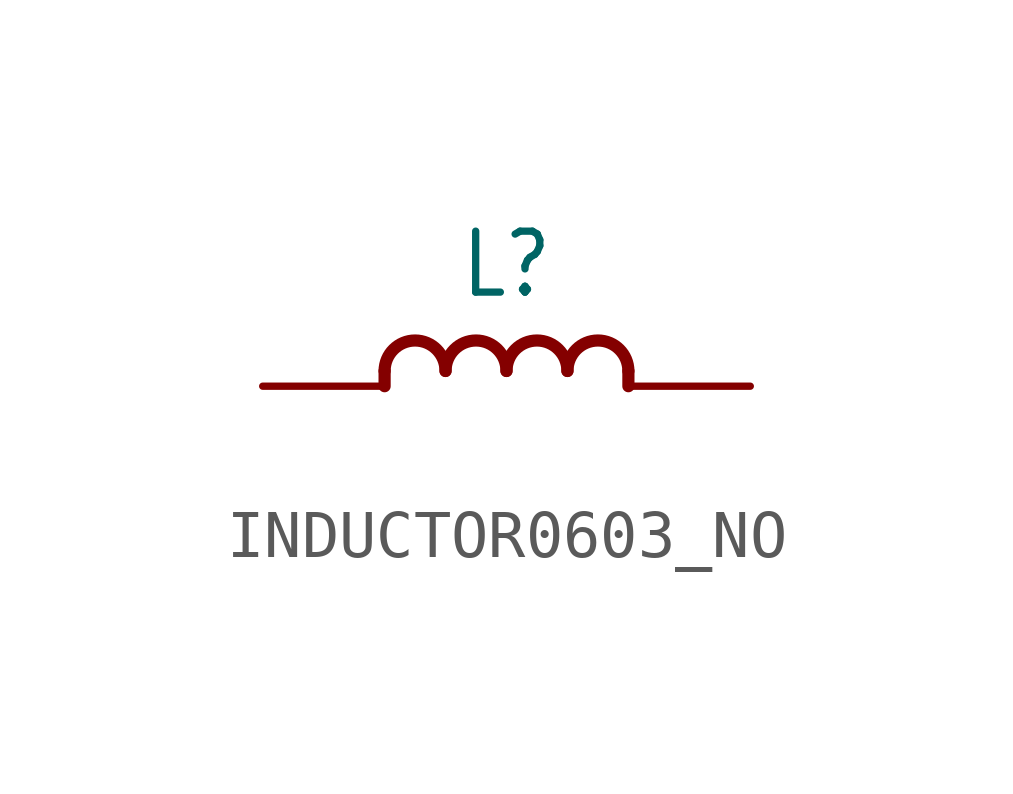
<source format=kicad_sym>
(kicad_symbol_lib
  (version 20231120)
  (generator "kicad_symbol_editor")
  (generator_version "8.0")
  (symbol "INDUCTOR0603_NO"
    (property "Reference" "L"
      (at 0 2.54 0)
      (effects (font (size 1.27 1.079))))
    (property "Value" ""
      (at 0 -1.54 0)
      (effects (font (size 1.27 1.079))))
    (property "ki_locked" ""
      (at 0 0 0)
      (effects (font (size 1.27 1.27))))
    (symbol "INDUCTOR0603_NO_1_0"
      (arc (start -1.27 0.3173) (mid -1.9049 0.9524) (end -2.54 0.3175) (stroke (width 0.254) (type solid)) (fill (type none)))
      (polyline (pts (xy -2.54 0.318) (xy -2.54 0)) (stroke (width 0.254) (type solid)) (fill (type none)))
      (polyline (pts (xy 2.54 0.318) (xy 2.54 0)) (stroke (width 0.254) (type solid)) (fill (type none)))
      (arc (start 0 0.3173) (mid -0.6349 0.9524) (end -1.27 0.3175) (stroke (width 0.254) (type solid)) (fill (type none)))
      (arc (start 1.27 0.3173) (mid 0.6351 0.9524) (end 0 0.3175) (stroke (width 0.254) (type solid)) (fill (type none)))
      (arc (start 2.54 0.3173) (mid 1.9051 0.9524) (end 1.27 0.3175) (stroke (width 0.254) (type solid)) (fill (type none)))
      (pin passive line (at -5.08 0 0) (length 2.54) (name "1" (effects (font (size 0 0)))) (number "1" (effects (font (size 0 0)))))
      (pin passive line (at 5.08 0 180) (length 2.54) (name "2" (effects (font (size 0 0)))) (number "2" (effects (font (size 0 0))))))))
</source>
